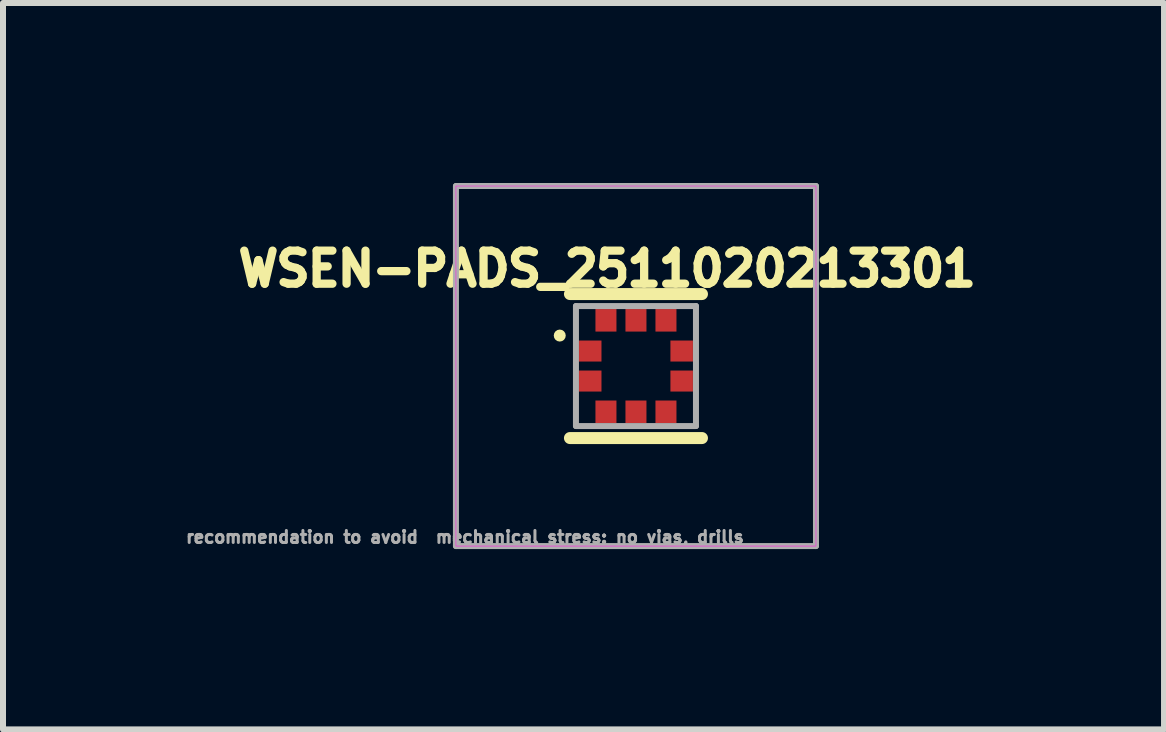
<source format=kicad_pcb>
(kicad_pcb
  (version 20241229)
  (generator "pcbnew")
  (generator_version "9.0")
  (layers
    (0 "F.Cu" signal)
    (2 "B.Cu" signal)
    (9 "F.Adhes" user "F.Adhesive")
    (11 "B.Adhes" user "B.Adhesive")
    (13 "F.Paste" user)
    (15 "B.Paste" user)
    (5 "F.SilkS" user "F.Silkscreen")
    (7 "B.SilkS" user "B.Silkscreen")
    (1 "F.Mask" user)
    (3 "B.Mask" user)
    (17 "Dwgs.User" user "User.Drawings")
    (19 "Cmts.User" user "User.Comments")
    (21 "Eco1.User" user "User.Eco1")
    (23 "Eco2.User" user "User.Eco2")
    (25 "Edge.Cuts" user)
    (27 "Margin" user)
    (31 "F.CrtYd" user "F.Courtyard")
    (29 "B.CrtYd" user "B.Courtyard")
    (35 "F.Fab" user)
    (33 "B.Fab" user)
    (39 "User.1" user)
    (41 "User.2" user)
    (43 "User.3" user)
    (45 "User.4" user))
  (footprint "WSEN-PADS_2511020213301"
    (layer "F.Cu")
    (at 7.548 3.05)
    (property "Reference" "WSEN-PADS_2511020213301" (at -0.48 -1.62 0) (layer "F.SilkS") (effects (font (size 0.551 0.551) (thickness 0.15))))
    (attr smd)
    (fp_poly (pts (xy -1 -0.475) (xy -0.525 -0.475) (xy -0.525 -0.025) (xy -1 -0.025)) (stroke (width 0.01) (type solid)) (fill yes) (layer "F.Mask"))
    (fp_poly (pts (xy -1 0.025) (xy -0.525 0.025) (xy -0.525 0.475) (xy -1 0.475)) (stroke (width 0.01) (type solid)) (fill yes) (layer "F.Mask"))
    (fp_poly (pts (xy -0.725 -1) (xy -0.275 -1) (xy -0.275 -0.525) (xy -0.725 -0.525)) (stroke (width 0.01) (type solid)) (fill yes) (layer "F.Mask"))
    (fp_poly (pts (xy -0.725 0.525) (xy -0.275 0.525) (xy -0.275 1) (xy -0.725 1)) (stroke (width 0.01) (type solid)) (fill yes) (layer "F.Mask"))
    (fp_poly (pts (xy -0.225 -1) (xy 0.225 -1) (xy 0.225 -0.525) (xy -0.225 -0.525)) (stroke (width 0.01) (type solid)) (fill yes) (layer "F.Mask"))
    (fp_poly (pts (xy -0.225 0.525) (xy 0.225 0.525) (xy 0.225 1) (xy -0.225 1)) (stroke (width 0.01) (type solid)) (fill yes) (layer "F.Mask"))
    (fp_poly (pts (xy 0.275 -1) (xy 0.725 -1) (xy 0.725 -0.525) (xy 0.275 -0.525)) (stroke (width 0.01) (type solid)) (fill yes) (layer "F.Mask"))
    (fp_poly (pts (xy 0.275 0.525) (xy 0.725 0.525) (xy 0.725 1) (xy 0.275 1)) (stroke (width 0.01) (type solid)) (fill yes) (layer "F.Mask"))
    (fp_poly (pts (xy 0.525 -0.475) (xy 1 -0.475) (xy 1 -0.025) (xy 0.525 -0.025)) (stroke (width 0.01) (type solid)) (fill yes) (layer "F.Mask"))
    (fp_poly (pts (xy 0.525 0.025) (xy 1 0.025) (xy 1 0.475) (xy 0.525 0.475)) (stroke (width 0.01) (type solid)) (fill yes) (layer "F.Mask"))
    (fp_line (start -1.1 -1.2) (end 1.1 -1.2) (stroke (width 0.2) (type solid)) (layer "F.SilkS"))
    (fp_line (start 1.1 1.2) (end -1.1 1.2) (stroke (width 0.2) (type solid)) (layer "F.SilkS"))
    (fp_circle (center -1.27 -0.508) (end -1.22 -0.508) (stroke (width 0.1) (type solid)) (fill no) (layer "F.SilkS"))
    (fp_poly (pts (xy -0.93 -0.407) (xy -0.595 -0.407) (xy -0.595 -0.092) (xy -0.93 -0.092)) (stroke (width 0.01) (type solid)) (fill yes) (layer "F.Paste"))
    (fp_poly (pts (xy -0.93 0.092) (xy -0.595 0.092) (xy -0.595 0.407) (xy -0.93 0.407)) (stroke (width 0.01) (type solid)) (fill yes) (layer "F.Paste"))
    (fp_poly (pts (xy -0.657 -0.93) (xy -0.343 -0.93) (xy -0.343 -0.595) (xy -0.657 -0.595)) (stroke (width 0.01) (type solid)) (fill yes) (layer "F.Paste"))
    (fp_poly (pts (xy -0.657 0.595) (xy -0.343 0.595) (xy -0.343 0.93) (xy -0.657 0.93)) (stroke (width 0.01) (type solid)) (fill yes) (layer "F.Paste"))
    (fp_poly (pts (xy -0.158 -0.93) (xy 0.158 -0.93) (xy 0.158 -0.595) (xy -0.158 -0.595)) (stroke (width 0.01) (type solid)) (fill yes) (layer "F.Paste"))
    (fp_poly (pts (xy -0.158 0.595) (xy 0.158 0.595) (xy 0.158 0.93) (xy -0.158 0.93)) (stroke (width 0.01) (type solid)) (fill yes) (layer "F.Paste"))
    (fp_poly (pts (xy 0.343 -0.93) (xy 0.657 -0.93) (xy 0.657 -0.595) (xy 0.343 -0.595)) (stroke (width 0.01) (type solid)) (fill yes) (layer "F.Paste"))
    (fp_poly (pts (xy 0.343 0.595) (xy 0.657 0.595) (xy 0.657 0.93) (xy 0.343 0.93)) (stroke (width 0.01) (type solid)) (fill yes) (layer "F.Paste"))
    (fp_poly (pts (xy 0.595 -0.407) (xy 0.93 -0.407) (xy 0.93 -0.092) (xy 0.595 -0.092)) (stroke (width 0.01) (type solid)) (fill yes) (layer "F.Paste"))
    (fp_poly (pts (xy 0.595 0.092) (xy 0.93 0.092) (xy 0.93 0.407) (xy 0.595 0.407)) (stroke (width 0.01) (type solid)) (fill yes) (layer "F.Paste"))
    (fp_poly (pts (xy -3 -3) (xy 3 -3) (xy 3 3) (xy -3 3)) (stroke (width 0.01) (type solid)) (fill no) (layer "F.CrtYd"))
    (fp_line (start -3 -3) (end 3 -3) (stroke (width 0.1) (type solid)) (layer "F.Fab"))
    (fp_line (start -3 3) (end -3 -3) (stroke (width 0.1) (type solid)) (layer "F.Fab"))
    (fp_line (start -1 -1) (end 1 -1) (stroke (width 0.1) (type solid)) (layer "F.Fab"))
    (fp_line (start -1 1) (end -1 -1) (stroke (width 0.1) (type solid)) (layer "F.Fab"))
    (fp_line (start 1 -1) (end 1 1) (stroke (width 0.1) (type solid)) (layer "F.Fab"))
    (fp_line (start 1 1) (end -1 1) (stroke (width 0.1) (type solid)) (layer "F.Fab"))
    (fp_line (start 3 -3) (end 3 3) (stroke (width 0.1) (type solid)) (layer "F.Fab"))
    (fp_line (start 3 3) (end -3 3) (stroke (width 0.1) (type solid)) (layer "F.Fab"))
    (fp_text user "recommendation to avoid  mechanical stress: no vias, drills" (at -2.85 2.85 0) (layer "F.Fab") (effects (font (size 0.2 0.2) (thickness 0.15))))
    (pad "1" smd rect (at -0.762 -0.25) (size 0.375 0.35) (layers "F.Cu"))
    (pad "2" smd rect (at -0.762 0.25) (size 0.375 0.35) (layers "F.Cu"))
    (pad "3" smd rect (at -0.5 0.762) (size 0.35 0.375) (layers "F.Cu"))
    (pad "4" smd rect (at 0 0.762) (size 0.35 0.375) (layers "F.Cu"))
    (pad "5" smd rect (at 0.5 0.762) (size 0.35 0.375) (layers "F.Cu"))
    (pad "6" smd rect (at 0.762 0.25) (size 0.375 0.35) (layers "F.Cu"))
    (pad "7" smd rect (at 0.762 -0.25) (size 0.375 0.35) (layers "F.Cu"))
    (pad "8" smd rect (at 0.5 -0.762) (size 0.35 0.375) (layers "F.Cu"))
    (pad "9" smd rect (at 0 -0.762) (size 0.35 0.375) (layers "F.Cu"))
    (pad "10" smd rect (at -0.5 -0.762) (size 0.35 0.375) (layers "F.Cu"))
    (zone (net_name "") (layer "F.Cu") (hatch full 0.508) (connect_pads) (min_thickness 0.01) (filled_areas_thickness no) (keepout (tracks not_allowed) (vias not_allowed) (pads not_allowed) (copperpour not_allowed) (footprints allowed)) (placement (enabled no)) (fill) (polygon (pts (xy 6.998 2.5) (xy 8.098 2.5) (xy 8.098 3.6) (xy 6.998 3.6)))))
  (gr_rect
    (start -3 -3)
    (end 16.348 9.105)
    (stroke (width 0.1) (type default))
    (fill no)
    (layer "Edge.Cuts")))
</source>
